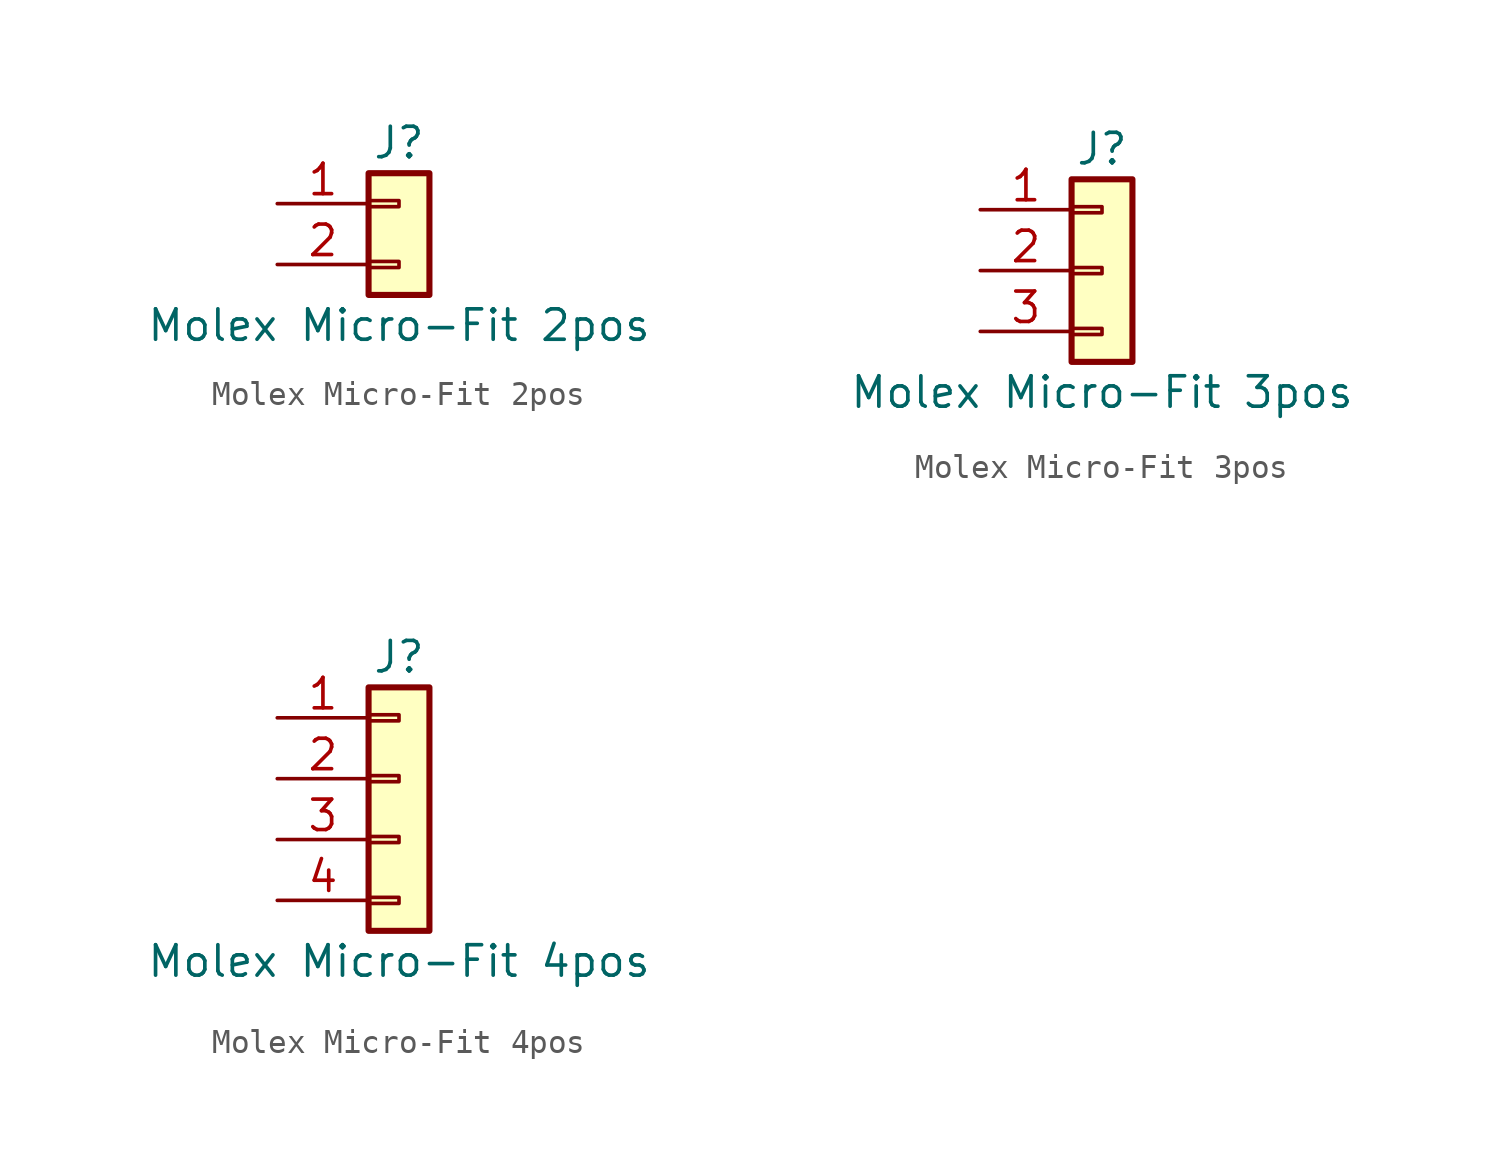
<source format=kicad_sym>
(kicad_symbol_lib
  (version 20220914)
  (generator kicad_symbol_editor)
  (symbol "Molex Micro-Fit 2pos"
    (pin_names
      (offset 1.016) hide)
    (property "Reference" "J"
      (at 0 2.54 0)
      (effects (font (size 1.27 1.27))))
    (property "Value" "Molex Micro-Fit 2pos"
      (at 0 -5.08 0)
      (effects (font (size 1.27 1.27))))
    (symbol "Molex Micro-Fit 2pos_1_1"
      (rectangle (start -1.27 -2.413) (end 0 -2.667) (stroke (width 0.152) (type default)) (fill (type none)))
      (rectangle (start -1.27 0.127) (end 0 -0.127) (stroke (width 0.152) (type default)) (fill (type none)))
      (rectangle (start -1.27 1.27) (end 1.27 -3.81) (stroke (width 0.254) (type default)) (fill (type background)))
      (pin passive line (at -5.08 0 0) (length 3.81) (name "Pin_1" (effects (font (size 1.27 1.27)))) (number "1" (effects (font (size 1.27 1.27)))))
      (pin passive line (at -5.08 -2.54 0) (length 3.81) (name "Pin_2" (effects (font (size 1.27 1.27)))) (number "2" (effects (font (size 1.27 1.27)))))))
  (symbol "Molex Micro-Fit 3pos"
    (pin_names
      (offset 1.016) hide)
    (property "Reference" "J"
      (at 0 5.08 0)
      (effects (font (size 1.27 1.27))))
    (property "Value" "Molex Micro-Fit 3pos"
      (at 0 -5.08 0)
      (effects (font (size 1.27 1.27))))
    (symbol "Molex Micro-Fit 3pos_1_1"
      (rectangle (start -1.27 -2.413) (end 0 -2.667) (stroke (width 0.152) (type default)) (fill (type none)))
      (rectangle (start -1.27 0.127) (end 0 -0.127) (stroke (width 0.152) (type default)) (fill (type none)))
      (rectangle (start -1.27 2.667) (end 0 2.413) (stroke (width 0.152) (type default)) (fill (type none)))
      (rectangle (start -1.27 3.81) (end 1.27 -3.81) (stroke (width 0.254) (type default)) (fill (type background)))
      (pin passive line (at -5.08 2.54 0) (length 3.81) (name "Pin_1" (effects (font (size 1.27 1.27)))) (number "1" (effects (font (size 1.27 1.27)))))
      (pin passive line (at -5.08 0 0) (length 3.81) (name "Pin_2" (effects (font (size 1.27 1.27)))) (number "2" (effects (font (size 1.27 1.27)))))
      (pin passive line (at -5.08 -2.54 0) (length 3.81) (name "Pin_3" (effects (font (size 1.27 1.27)))) (number "3" (effects (font (size 1.27 1.27)))))))
  (symbol "Molex Micro-Fit 4pos"
    (pin_names
      (offset 1.016) hide)
    (property "Reference" "J"
      (at 0 5.08 0)
      (effects (font (size 1.27 1.27))))
    (property "Value" "Molex Micro-Fit 4pos"
      (at 0 -7.62 0)
      (effects (font (size 1.27 1.27))))
    (symbol "Molex Micro-Fit 4pos_1_1"
      (rectangle (start -1.27 -4.953) (end 0 -5.207) (stroke (width 0.152) (type default)) (fill (type none)))
      (rectangle (start -1.27 -2.413) (end 0 -2.667) (stroke (width 0.152) (type default)) (fill (type none)))
      (rectangle (start -1.27 0.127) (end 0 -0.127) (stroke (width 0.152) (type default)) (fill (type none)))
      (rectangle (start -1.27 2.667) (end 0 2.413) (stroke (width 0.152) (type default)) (fill (type none)))
      (rectangle (start -1.27 3.81) (end 1.27 -6.35) (stroke (width 0.254) (type default)) (fill (type background)))
      (pin passive line (at -5.08 2.54 0) (length 3.81) (name "Pin_1" (effects (font (size 1.27 1.27)))) (number "1" (effects (font (size 1.27 1.27)))))
      (pin passive line (at -5.08 0 0) (length 3.81) (name "Pin_2" (effects (font (size 1.27 1.27)))) (number "2" (effects (font (size 1.27 1.27)))))
      (pin passive line (at -5.08 -2.54 0) (length 3.81) (name "Pin_3" (effects (font (size 1.27 1.27)))) (number "3" (effects (font (size 1.27 1.27)))))
      (pin passive line (at -5.08 -5.08 0) (length 3.81) (name "Pin_4" (effects (font (size 1.27 1.27)))) (number "4" (effects (font (size 1.27 1.27))))))))
</source>
